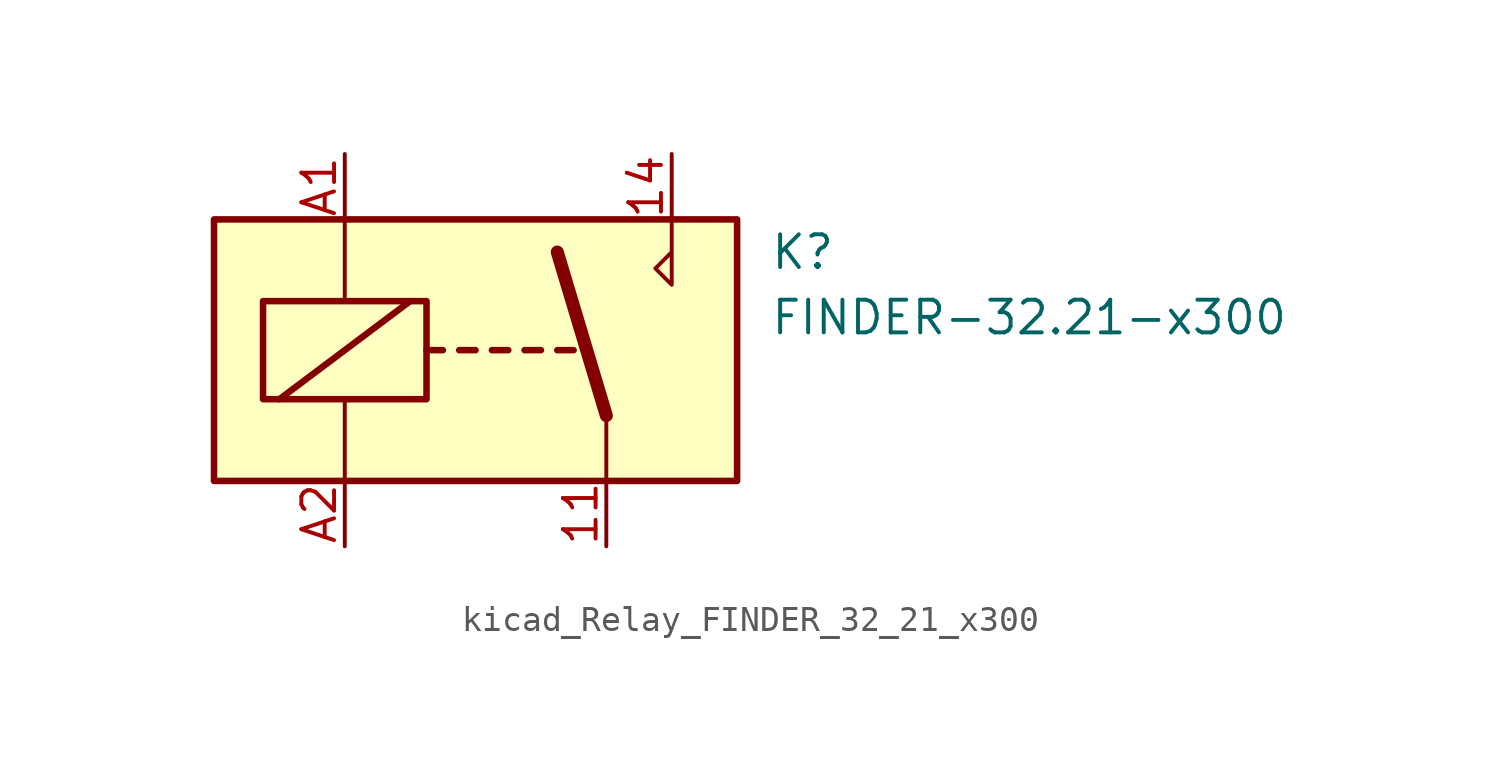
<source format=kicad_sym>
(kicad_symbol_lib
  (version 20220914)
  (generator kicad_symbol_editor)
  (symbol "kicad_Relay_FINDER_32_21_x300"
    (property "Reference" "K"
      (at 11.43 3.81 0)
      (effects (font (size 1.27 1.27)) (justify left)))
    (property "Value" "FINDER-32.21-x300"
      (at 11.43 1.27 0)
      (effects (font (size 1.27 1.27)) (justify left)))
    (symbol "kicad_Relay_FINDER_32_21_x300_0_1"
      (rectangle (start -10.16 5.08) (end 10.16 -5.08) (stroke (width 0.254) (type default)) (fill (type background)))
      (rectangle (start -8.255 1.905) (end -1.905 -1.905) (stroke (width 0.254) (type default)) (fill (type none)))
      (polyline (pts (xy -7.62 -1.905) (xy -2.54 1.905)) (stroke (width 0.254) (type default)) (fill (type none)))
      (polyline (pts (xy -5.08 -5.08) (xy -5.08 -1.905)) (stroke (width 0) (type default)) (fill (type none)))
      (polyline (pts (xy -5.08 5.08) (xy -5.08 1.905)) (stroke (width 0) (type default)) (fill (type none)))
      (polyline (pts (xy -1.905 0) (xy -1.27 0)) (stroke (width 0.254) (type default)) (fill (type none)))
      (polyline (pts (xy -0.635 0) (xy 0 0)) (stroke (width 0.254) (type default)) (fill (type none)))
      (polyline (pts (xy 0.635 0) (xy 1.27 0)) (stroke (width 0.254) (type default)) (fill (type none)))
      (polyline (pts (xy 1.905 0) (xy 2.54 0)) (stroke (width 0.254) (type default)) (fill (type none)))
      (polyline (pts (xy 3.175 0) (xy 3.81 0)) (stroke (width 0.254) (type default)) (fill (type none)))
      (polyline (pts (xy 5.08 -2.54) (xy 3.175 3.81)) (stroke (width 0.508) (type default)) (fill (type none)))
      (polyline (pts (xy 5.08 -2.54) (xy 5.08 -5.08)) (stroke (width 0) (type default)) (fill (type none)))
      (polyline (pts (xy 7.62 5.08) (xy 7.62 2.54) (xy 6.985 3.175) (xy 7.62 3.81)) (stroke (width 0) (type default)) (fill (type none))))
    (symbol "kicad_Relay_FINDER_32_21_x300_1_1"
      (pin passive line (at 5.08 -7.62 90) (length 2.54) (name "~" (effects (font (size 1.27 1.27)))) (number "11" (effects (font (size 1.27 1.27)))))
      (pin passive line (at 7.62 7.62 270) (length 2.54) (name "~" (effects (font (size 1.27 1.27)))) (number "14" (effects (font (size 1.27 1.27)))))
      (pin passive line (at -5.08 7.62 270) (length 2.54) (name "~" (effects (font (size 1.27 1.27)))) (number "A1" (effects (font (size 1.27 1.27)))))
      (pin passive line (at -5.08 -7.62 90) (length 2.54) (name "~" (effects (font (size 1.27 1.27)))) (number "A2" (effects (font (size 1.27 1.27))))))))
</source>
